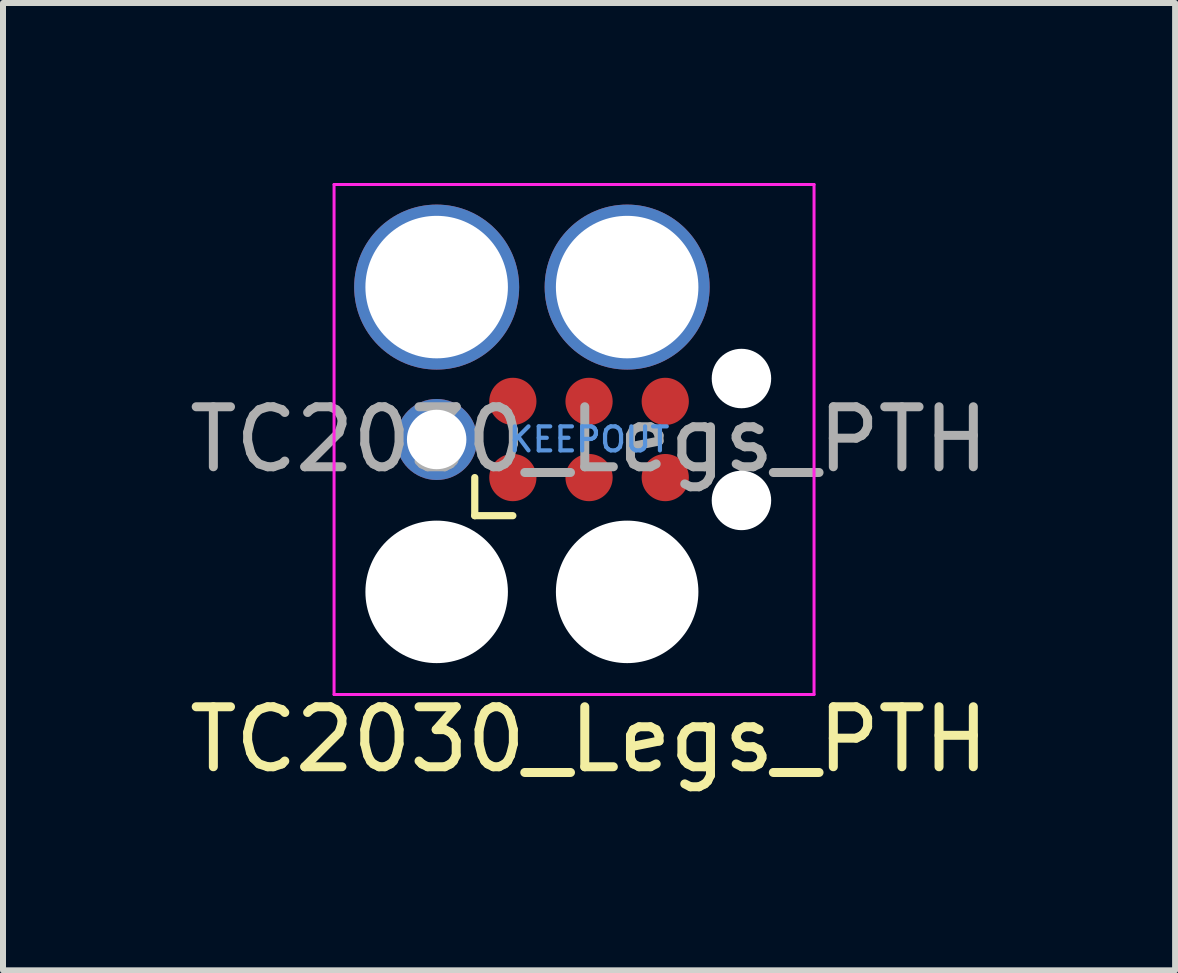
<source format=kicad_pcb>
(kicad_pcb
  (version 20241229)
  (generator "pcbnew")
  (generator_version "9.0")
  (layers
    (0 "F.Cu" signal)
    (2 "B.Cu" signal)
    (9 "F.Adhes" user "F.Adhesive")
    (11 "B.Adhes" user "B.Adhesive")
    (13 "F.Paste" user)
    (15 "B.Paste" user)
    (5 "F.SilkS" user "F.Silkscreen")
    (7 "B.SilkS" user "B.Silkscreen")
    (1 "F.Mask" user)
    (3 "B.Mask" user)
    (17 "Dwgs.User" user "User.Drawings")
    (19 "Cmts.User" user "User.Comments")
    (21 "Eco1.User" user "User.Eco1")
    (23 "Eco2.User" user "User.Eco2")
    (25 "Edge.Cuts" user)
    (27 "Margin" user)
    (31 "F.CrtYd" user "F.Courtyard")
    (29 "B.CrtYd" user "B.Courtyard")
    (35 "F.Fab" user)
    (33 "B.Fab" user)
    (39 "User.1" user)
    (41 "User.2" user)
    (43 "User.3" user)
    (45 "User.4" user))
  (footprint "TC2030_Legs_PTH"
    (layer "F.Cu")
    (at 6.768 4.275)
    (property "Reference" "TC2030_Legs_PTH" (at 0 5 0) (layer "F.SilkS") (effects (font (size 1 1) (thickness 0.15))))
    (attr exclude_from_pos_files exclude_from_bom)
    (fp_line (start -1.905 1.27) (end -1.905 0.635) (stroke (width 0.12) (type solid)) (layer "F.SilkS"))
    (fp_line (start -1.27 1.27) (end -1.905 1.27) (stroke (width 0.12) (type solid)) (layer "F.SilkS"))
    (fp_line (start -4.25 -4.25) (end 3.75 -4.25) (stroke (width 0.05) (type solid)) (layer "F.CrtYd"))
    (fp_line (start -4.25 4.25) (end -4.25 -4.25) (stroke (width 0.05) (type solid)) (layer "F.CrtYd"))
    (fp_line (start 3.75 -4.25) (end 3.75 4.25) (stroke (width 0.05) (type solid)) (layer "F.CrtYd"))
    (fp_line (start 3.75 4.25) (end -4.25 4.25) (stroke (width 0.05) (type solid)) (layer "F.CrtYd"))
    (fp_text user "KEEPOUT" (at 0 0 0) (layer "Cmts.User") (effects (font (size 0.4 0.4) (thickness 0.07))))
    (fp_text user "${REFERENCE}" (at 0 0 0) (layer "F.Fab") (effects (font (size 1 1) (thickness 0.15))))
    (pad "" np_thru_hole circle (at -2.54 2.54) (size 2.375 2.375) (drill 2.375) (layers "*.Cu" "*.Mask"))
    (pad "" np_thru_hole circle (at 0.635 2.54) (size 2.375 2.375) (drill 2.375) (layers "*.Cu" "*.Mask"))
    (pad "" np_thru_hole circle (at 2.54 -1.016) (size 0.991 0.991) (drill 0.991) (layers "*.Cu" "*.Mask"))
    (pad "" np_thru_hole circle (at 2.54 1.016) (size 0.991 0.991) (drill 0.991) (layers "*.Cu" "*.Mask"))
    (pad "1" thru_hole circle (at -2.54 0) (size 1.35 1.35) (drill 0.991) (layers "*.Cu" "*.Mask"))
    (pad "1" connect circle (at -1.27 0.635) (size 0.787 0.787) (layers "F.Cu" "F.Mask"))
    (pad "2" thru_hole circle (at -2.54 -2.54) (size 2.75 2.75) (drill 2.375) (layers "*.Cu" "*.Mask"))
    (pad "2" connect circle (at -1.27 -0.635) (size 0.787 0.787) (layers "F.Cu" "F.Mask"))
    (pad "3" connect circle (at 0 0.635) (size 0.787 0.787) (layers "F.Cu" "F.Mask"))
    (pad "4" connect circle (at 0 -0.635) (size 0.787 0.787) (layers "F.Cu" "F.Mask"))
    (pad "4" thru_hole circle (at 0.635 -2.54) (size 2.75 2.75) (drill 2.375) (layers "*.Cu" "*.Mask"))
    (pad "5" connect circle (at 1.27 0.635) (size 0.787 0.787) (layers "F.Cu" "F.Mask"))
    (pad "6" connect circle (at 1.27 -0.635) (size 0.787 0.787) (layers "F.Cu" "F.Mask"))
    (zone (net_name "") (layer "F.Cu") (hatch full 0.508) (connect_pads) (min_thickness 0.254) (filled_areas_thickness no) (keepout (tracks allowed) (vias not_allowed) (pads allowed) (copperpour not_allowed) (footprints not_allowed)) (placement (enabled no)) (fill) (polygon (pts (xy 8.038 3.64) (xy 5.498 3.64) (xy 5.498 4.91) (xy 8.038 4.91)))))
  (gr_rect
    (start -3 -3)
    (end 16.536 13.123)
    (stroke (width 0.1) (type default))
    (fill no)
    (layer "Edge.Cuts")))
</source>
